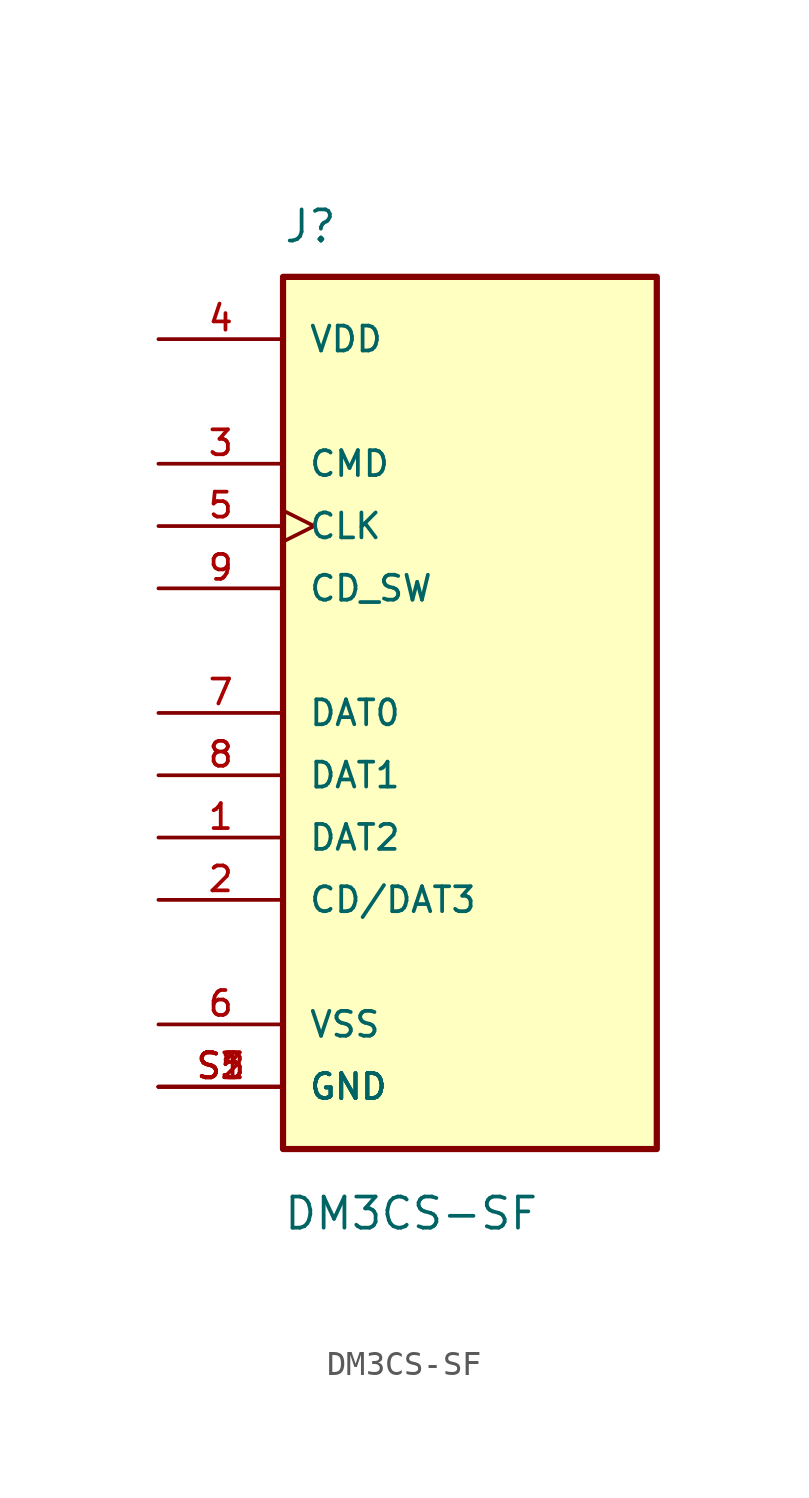
<source format=kicad_sym>
(kicad_symbol_lib
  (version 20211014)
  (generator kicad_symbol_editor)
  (symbol "DM3CS-SF"
    (pin_names
      (offset 1.016))
    (property "Reference" "J"
      (at -7.628 19.098 0)
      (effects (font (size 1.27 1.27)) (justify bottom left)))
    (property "Value" "DM3CS-SF"
      (at -7.636 -21.151 0)
      (effects (font (size 1.27 1.27)) (justify bottom left)))
    (symbol "DM3CS-SF_0_0"
      (rectangle (start -7.62 -17.78) (end 7.62 17.78) (stroke (width 0.254)) (fill (type background)))
      (pin passive line (at -12.7 0.0 0) (length 5.08) (name "DAT0" (effects (font (size 1.016 1.016)))) (number "7" (effects (font (size 1.016 1.016)))))
      (pin passive line (at -12.7 -2.54 0) (length 5.08) (name "DAT1" (effects (font (size 1.016 1.016)))) (number "8" (effects (font (size 1.016 1.016)))))
      (pin passive line (at -12.7 -5.08 0) (length 5.08) (name "DAT2" (effects (font (size 1.016 1.016)))) (number "1" (effects (font (size 1.016 1.016)))))
      (pin passive line (at -12.7 -7.62 0) (length 5.08) (name "CD/DAT3" (effects (font (size 1.016 1.016)))) (number "2" (effects (font (size 1.016 1.016)))))
      (pin passive line (at -12.7 10.16 0) (length 5.08) (name "CMD" (effects (font (size 1.016 1.016)))) (number "3" (effects (font (size 1.016 1.016)))))
      (pin passive clock (at -12.7 7.62 0) (length 5.08) (name "CLK" (effects (font (size 1.016 1.016)))) (number "5" (effects (font (size 1.016 1.016)))))
      (pin passive line (at -12.7 15.24 0) (length 5.08) (name "VDD" (effects (font (size 1.016 1.016)))) (number "4" (effects (font (size 1.016 1.016)))))
      (pin passive line (at -12.7 -12.7 0) (length 5.08) (name "VSS" (effects (font (size 1.016 1.016)))) (number "6" (effects (font (size 1.016 1.016)))))
      (pin passive line (at -12.7 -15.24 0) (length 5.08) (name "GND" (effects (font (size 1.016 1.016)))) (number "S1" (effects (font (size 1.016 1.016)))))
      (pin passive line (at -12.7 -15.24 0) (length 5.08) (name "GND" (effects (font (size 1.016 1.016)))) (number "S2" (effects (font (size 1.016 1.016)))))
      (pin passive line (at -12.7 -15.24 0) (length 5.08) (name "GND" (effects (font (size 1.016 1.016)))) (number "S3" (effects (font (size 1.016 1.016)))))
      (pin passive line (at -12.7 -15.24 0) (length 5.08) (name "GND" (effects (font (size 1.016 1.016)))) (number "S5" (effects (font (size 1.016 1.016)))))
      (pin passive line (at -12.7 5.08 0) (length 5.08) (name "CD_SW" (effects (font (size 1.016 1.016)))) (number "9" (effects (font (size 1.016 1.016))))))))
</source>
